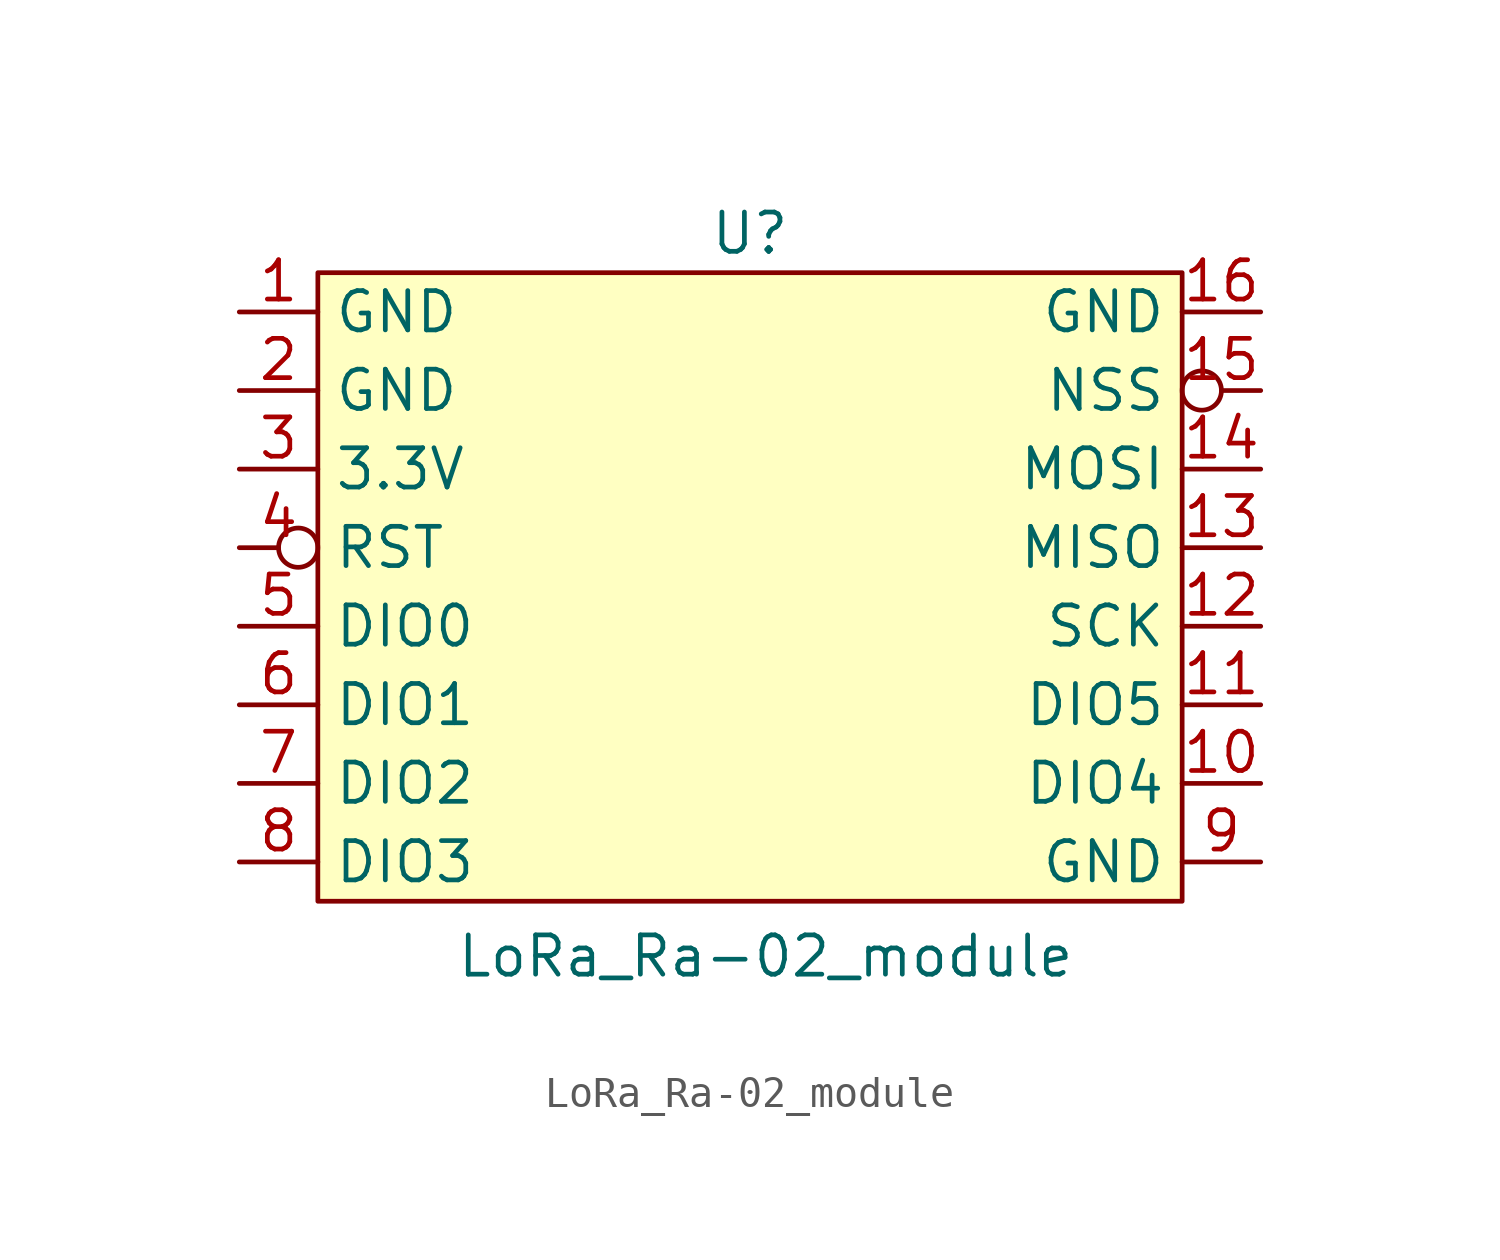
<source format=kicad_sym>
(kicad_symbol_lib
  (version 20231120)
  (generator "kicad_symbol_editor")
  (generator_version "8.0")
  (symbol "LoRa_Ra-02_module"
    (property "Reference" "U"
      (at 0 11.43 0)
      (effects (font (size 1.27 1.27))))
    (property "Value" "LoRa_Ra-02_module"
      (at 0.508 -11.938 0)
      (effects (font (size 1.27 1.27))))
    (symbol "LoRa_Ra-02_module_0_0"
      (pin power_in line (at -16.51 8.89 0) (length 2.54) (name "GND" (effects (font (size 1.27 1.27)))) (number "1" (effects (font (size 1.27 1.27)))))
      (pin output line (at 16.51 -6.35 180) (length 2.54) (name "DIO4" (effects (font (size 1.27 1.27)))) (number "10" (effects (font (size 1.27 1.27)))))
      (pin output line (at 16.51 -3.81 180) (length 2.54) (name "DIO5" (effects (font (size 1.27 1.27)))) (number "11" (effects (font (size 1.27 1.27)))))
      (pin input line (at 16.51 -1.27 180) (length 2.54) (name "SCK" (effects (font (size 1.27 1.27)))) (number "12" (effects (font (size 1.27 1.27)))))
      (pin output line (at 16.51 1.27 180) (length 2.54) (name "MISO" (effects (font (size 1.27 1.27)))) (number "13" (effects (font (size 1.27 1.27)))))
      (pin input line (at 16.51 3.81 180) (length 2.54) (name "MOSI" (effects (font (size 1.27 1.27)))) (number "14" (effects (font (size 1.27 1.27)))))
      (pin input inverted (at 16.51 6.35 180) (length 2.54) (name "NSS" (effects (font (size 1.27 1.27)))) (number "15" (effects (font (size 1.27 1.27)))))
      (pin power_in line (at 16.51 8.89 180) (length 2.54) (name "GND" (effects (font (size 1.27 1.27)))) (number "16" (effects (font (size 1.27 1.27)))))
      (pin power_in line (at -16.51 6.35 0) (length 2.54) (name "GND" (effects (font (size 1.27 1.27)))) (number "2" (effects (font (size 1.27 1.27)))))
      (pin power_in line (at -16.51 3.81 0) (length 2.54) (name "3.3V" (effects (font (size 1.27 1.27)))) (number "3" (effects (font (size 1.27 1.27)))))
      (pin input inverted (at -16.51 1.27 0) (length 2.54) (name "RST" (effects (font (size 1.27 1.27)))) (number "4" (effects (font (size 1.27 1.27)))))
      (pin output line (at -16.51 -1.27 0) (length 2.54) (name "DIO0" (effects (font (size 1.27 1.27)))) (number "5" (effects (font (size 1.27 1.27)))))
      (pin output line (at -16.51 -3.81 0) (length 2.54) (name "DIO1" (effects (font (size 1.27 1.27)))) (number "6" (effects (font (size 1.27 1.27)))))
      (pin output line (at -16.51 -6.35 0) (length 2.54) (name "DIO2" (effects (font (size 1.27 1.27)))) (number "7" (effects (font (size 1.27 1.27)))))
      (pin output line (at -16.51 -8.89 0) (length 2.54) (name "DIO3" (effects (font (size 1.27 1.27)))) (number "8" (effects (font (size 1.27 1.27)))))
      (pin power_in line (at 16.51 -8.89 180) (length 2.54) (name "GND" (effects (font (size 1.27 1.27)))) (number "9" (effects (font (size 1.27 1.27))))))
    (symbol "LoRa_Ra-02_module_0_1"
      (rectangle (start -13.97 10.16) (end 13.97 -10.16) (stroke (width 0) (type default)) (fill (type background))))))
</source>
